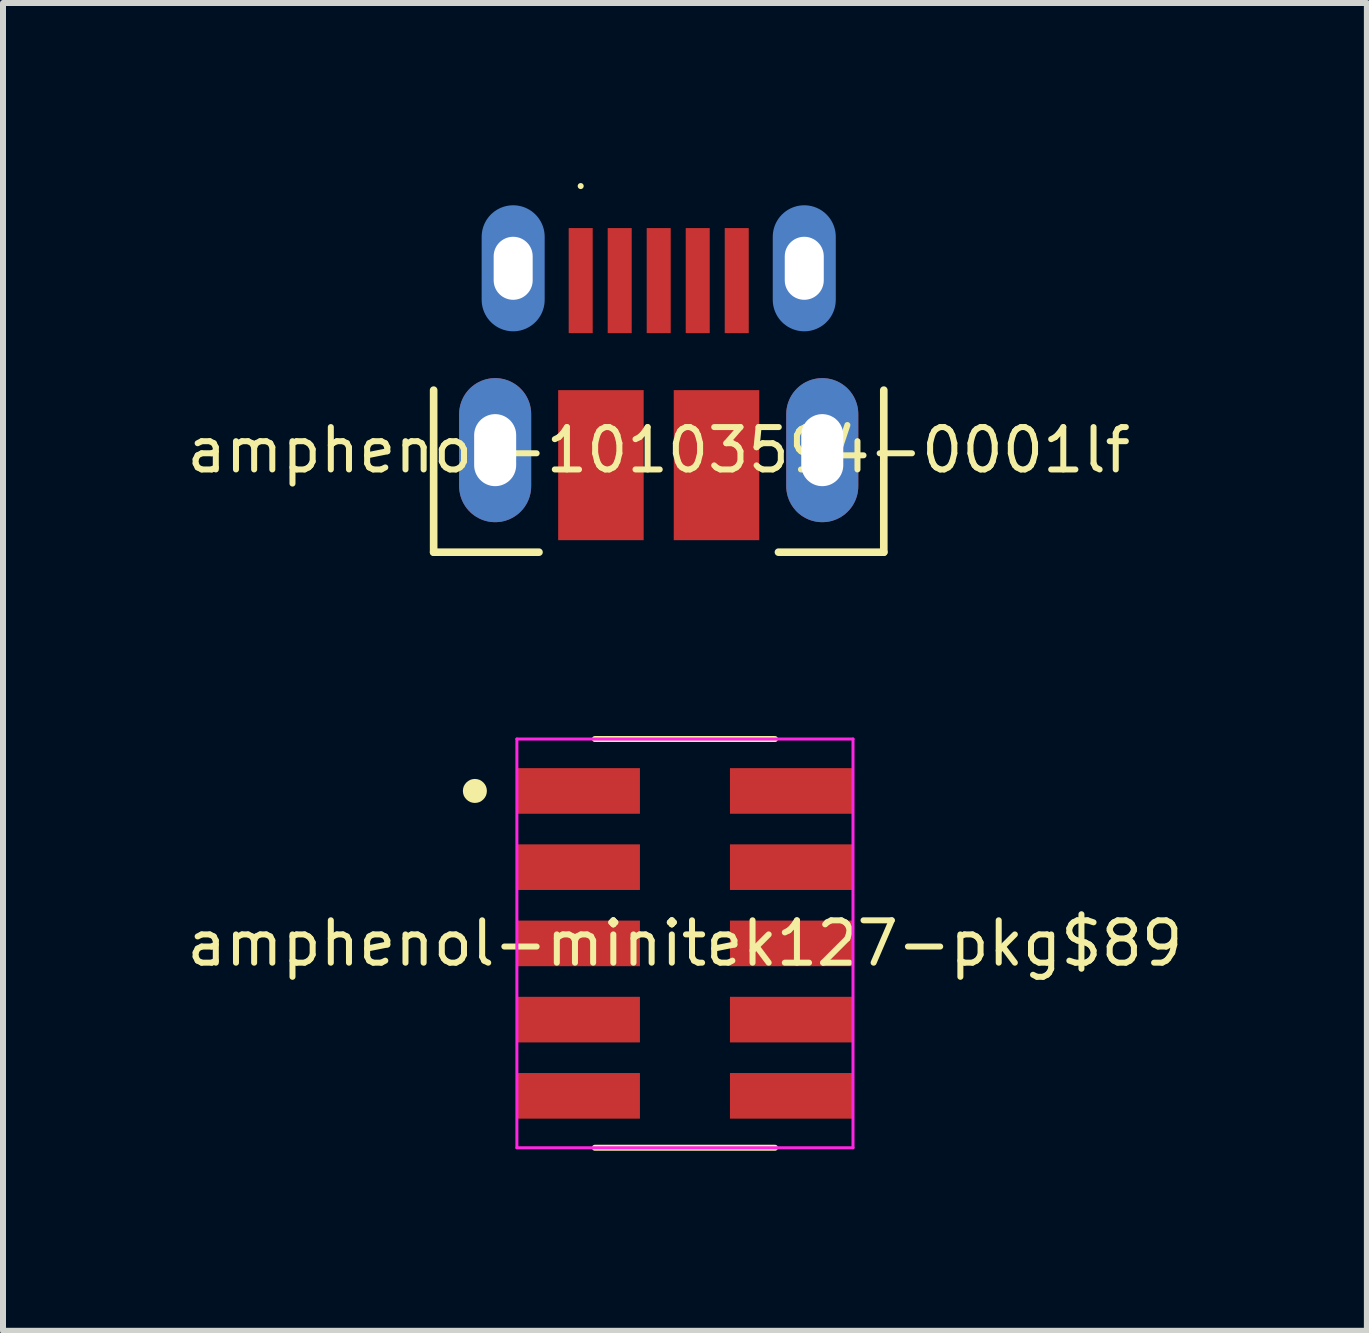
<source format=kicad_pcb>
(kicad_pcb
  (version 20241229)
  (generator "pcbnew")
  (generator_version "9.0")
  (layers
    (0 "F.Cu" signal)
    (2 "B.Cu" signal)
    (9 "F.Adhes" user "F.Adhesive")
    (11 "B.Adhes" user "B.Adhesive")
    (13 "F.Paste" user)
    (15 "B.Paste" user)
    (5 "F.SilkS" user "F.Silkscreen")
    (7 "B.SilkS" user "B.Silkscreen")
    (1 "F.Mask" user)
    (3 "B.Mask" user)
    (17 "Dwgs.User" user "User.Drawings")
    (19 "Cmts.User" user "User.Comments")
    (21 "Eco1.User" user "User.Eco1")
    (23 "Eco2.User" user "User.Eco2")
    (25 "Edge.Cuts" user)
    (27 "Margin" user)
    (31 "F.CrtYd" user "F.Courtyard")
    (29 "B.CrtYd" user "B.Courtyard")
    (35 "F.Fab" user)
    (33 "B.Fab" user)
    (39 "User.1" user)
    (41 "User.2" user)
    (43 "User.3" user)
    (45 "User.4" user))
  (footprint "amphenol-10103594-0001lf"
    (layer "F.Cu")
    (at 7.925 4.45)
    (property "Reference" "amphenol-10103594-0001lf" (at 0 0 0) (layer "F.SilkS") (effects (font (size 0.706 0.706) (thickness 0.1))))
    (attr through_hole)
    (fp_poly (pts (xy -1.675 1.5) (xy -0.25 1.5) (xy -0.25 -1) (xy -1.675 -1)) (stroke (width 0) (type solid)) (fill yes) (layer "F.Mask"))
    (fp_poly (pts (xy -1.5 -1.95) (xy -1.1 -1.95) (xy -1.1 -3.7) (xy -1.5 -3.7)) (stroke (width 0) (type solid)) (fill yes) (layer "F.Mask"))
    (fp_poly (pts (xy -0.85 -1.95) (xy -0.45 -1.95) (xy -0.45 -3.7) (xy -0.85 -3.7)) (stroke (width 0) (type solid)) (fill yes) (layer "F.Mask"))
    (fp_poly (pts (xy -0.2 -1.95) (xy 0.2 -1.95) (xy 0.2 -3.7) (xy -0.2 -3.7)) (stroke (width 0) (type solid)) (fill yes) (layer "F.Mask"))
    (fp_poly (pts (xy 0.25 1.5) (xy 1.675 1.5) (xy 1.675 -1) (xy 0.25 -1)) (stroke (width 0) (type solid)) (fill yes) (layer "F.Mask"))
    (fp_poly (pts (xy 0.45 -1.95) (xy 0.85 -1.95) (xy 0.85 -3.7) (xy 0.45 -3.7)) (stroke (width 0) (type solid)) (fill yes) (layer "F.Mask"))
    (fp_poly (pts (xy 1.1 -1.95) (xy 1.5 -1.95) (xy 1.5 -3.7) (xy 1.1 -3.7)) (stroke (width 0) (type solid)) (fill yes) (layer "F.Mask"))
    (fp_poly (pts (xy -2.125 -0.6) (xy -2.137 -0.717) (xy -2.171 -0.83) (xy -2.226 -0.933) (xy -2.301 -1.024) (xy -2.392 -1.099) (xy -2.495 -1.154) (xy -2.608 -1.188) (xy -2.725 -1.2) (xy -2.842 -1.188) (xy -2.955 -1.154) (xy -3.058 -1.099) (xy -3.149 -1.024) (xy -3.224 -0.933) (xy -3.279 -0.83) (xy -3.313 -0.717) (xy -3.325 -0.6) (xy -3.325 0.6) (xy -3.313 0.717) (xy -3.279 0.83) (xy -3.224 0.933) (xy -3.149 1.024) (xy -3.058 1.099) (xy -2.955 1.154) (xy -2.842 1.188) (xy -2.725 1.2) (xy -2.608 1.188) (xy -2.495 1.154) (xy -2.392 1.099) (xy -2.301 1.024) (xy -2.226 0.933) (xy -2.171 0.83) (xy -2.137 0.717) (xy -2.125 0.6)) (stroke (width 0) (type solid)) (fill yes) (layer "F.Mask"))
    (fp_poly (pts (xy -2.06 -3.395) (xy -2.067 -3.466) (xy -2.088 -3.535) (xy -2.122 -3.598) (xy -2.167 -3.653) (xy -2.222 -3.698) (xy -2.285 -3.732) (xy -2.354 -3.753) (xy -2.425 -3.76) (xy -2.496 -3.753) (xy -2.565 -3.732) (xy -2.628 -3.698) (xy -2.683 -3.653) (xy -2.728 -3.598) (xy -2.762 -3.535) (xy -2.783 -3.466) (xy -2.79 -3.395) (xy -2.79 -2.665) (xy -2.783 -2.594) (xy -2.762 -2.525) (xy -2.728 -2.462) (xy -2.683 -2.407) (xy -2.628 -2.362) (xy -2.565 -2.328) (xy -2.496 -2.307) (xy -2.425 -2.3) (xy -2.354 -2.307) (xy -2.285 -2.328) (xy -2.222 -2.362) (xy -2.167 -2.407) (xy -2.122 -2.462) (xy -2.088 -2.525) (xy -2.067 -2.594) (xy -2.06 -2.665)) (stroke (width 0) (type solid)) (fill yes) (layer "F.Mask"))
    (fp_poly (pts (xy 2.79 -3.395) (xy 2.783 -3.466) (xy 2.762 -3.535) (xy 2.728 -3.598) (xy 2.683 -3.653) (xy 2.628 -3.698) (xy 2.565 -3.732) (xy 2.496 -3.753) (xy 2.425 -3.76) (xy 2.354 -3.753) (xy 2.285 -3.732) (xy 2.222 -3.698) (xy 2.167 -3.653) (xy 2.122 -3.598) (xy 2.088 -3.535) (xy 2.067 -3.466) (xy 2.06 -3.395) (xy 2.06 -2.665) (xy 2.067 -2.594) (xy 2.088 -2.525) (xy 2.122 -2.462) (xy 2.167 -2.407) (xy 2.222 -2.362) (xy 2.285 -2.328) (xy 2.354 -2.307) (xy 2.425 -2.3) (xy 2.496 -2.307) (xy 2.565 -2.328) (xy 2.628 -2.362) (xy 2.683 -2.407) (xy 2.728 -2.462) (xy 2.762 -2.525) (xy 2.783 -2.594) (xy 2.79 -2.665)) (stroke (width 0) (type solid)) (fill yes) (layer "F.Mask"))
    (fp_poly (pts (xy 3.325 -0.6) (xy 3.313 -0.717) (xy 3.279 -0.83) (xy 3.224 -0.933) (xy 3.149 -1.024) (xy 3.058 -1.099) (xy 2.955 -1.154) (xy 2.842 -1.188) (xy 2.725 -1.2) (xy 2.608 -1.188) (xy 2.495 -1.154) (xy 2.392 -1.099) (xy 2.301 -1.024) (xy 2.226 -0.933) (xy 2.171 -0.83) (xy 2.137 -0.717) (xy 2.125 -0.6) (xy 2.125 0.6) (xy 2.137 0.717) (xy 2.171 0.83) (xy 2.226 0.933) (xy 2.301 1.024) (xy 2.392 1.099) (xy 2.495 1.154) (xy 2.608 1.188) (xy 2.725 1.2) (xy 2.842 1.188) (xy 2.955 1.154) (xy 3.058 1.099) (xy 3.149 1.024) (xy 3.224 0.933) (xy 3.279 0.83) (xy 3.313 0.717) (xy 3.325 0.6)) (stroke (width 0) (type solid)) (fill yes) (layer "F.Mask"))
    (fp_poly (pts (xy -2.125 -0.6) (xy -2.137 -0.717) (xy -2.171 -0.83) (xy -2.226 -0.933) (xy -2.301 -1.024) (xy -2.392 -1.099) (xy -2.495 -1.154) (xy -2.608 -1.188) (xy -2.725 -1.2) (xy -2.842 -1.188) (xy -2.955 -1.154) (xy -3.058 -1.099) (xy -3.149 -1.024) (xy -3.224 -0.933) (xy -3.279 -0.83) (xy -3.313 -0.717) (xy -3.325 -0.6) (xy -3.325 0.6) (xy -3.313 0.717) (xy -3.279 0.83) (xy -3.224 0.933) (xy -3.149 1.024) (xy -3.058 1.099) (xy -2.955 1.154) (xy -2.842 1.188) (xy -2.725 1.2) (xy -2.608 1.188) (xy -2.495 1.154) (xy -2.392 1.099) (xy -2.301 1.024) (xy -2.226 0.933) (xy -2.171 0.83) (xy -2.137 0.717) (xy -2.125 0.6)) (stroke (width 0) (type solid)) (fill yes) (layer "B.Mask"))
    (fp_poly (pts (xy -2.06 -3.395) (xy -2.067 -3.466) (xy -2.088 -3.535) (xy -2.122 -3.598) (xy -2.167 -3.653) (xy -2.222 -3.698) (xy -2.285 -3.732) (xy -2.354 -3.753) (xy -2.425 -3.76) (xy -2.496 -3.753) (xy -2.565 -3.732) (xy -2.628 -3.698) (xy -2.683 -3.653) (xy -2.728 -3.598) (xy -2.762 -3.535) (xy -2.783 -3.466) (xy -2.79 -3.395) (xy -2.79 -2.665) (xy -2.783 -2.594) (xy -2.762 -2.525) (xy -2.728 -2.462) (xy -2.683 -2.407) (xy -2.628 -2.362) (xy -2.565 -2.328) (xy -2.496 -2.307) (xy -2.425 -2.3) (xy -2.354 -2.307) (xy -2.285 -2.328) (xy -2.222 -2.362) (xy -2.167 -2.407) (xy -2.122 -2.462) (xy -2.088 -2.525) (xy -2.067 -2.594) (xy -2.06 -2.665)) (stroke (width 0) (type solid)) (fill yes) (layer "B.Mask"))
    (fp_poly (pts (xy -1.9 -3.555) (xy -1.91 -3.657) (xy -1.94 -3.756) (xy -1.988 -3.847) (xy -2.054 -3.926) (xy -2.133 -3.992) (xy -2.224 -4.04) (xy -2.323 -4.07) (xy -2.425 -4.08) (xy -2.527 -4.07) (xy -2.626 -4.04) (xy -2.717 -3.992) (xy -2.796 -3.926) (xy -2.862 -3.847) (xy -2.91 -3.756) (xy -2.94 -3.657) (xy -2.95 -3.555) (xy -2.95 -2.505) (xy -2.94 -2.403) (xy -2.91 -2.304) (xy -2.862 -2.213) (xy -2.796 -2.134) (xy -2.717 -2.068) (xy -2.626 -2.02) (xy -2.527 -1.99) (xy -2.425 -1.98) (xy -2.323 -1.99) (xy -2.224 -2.02) (xy -2.133 -2.068) (xy -2.054 -2.134) (xy -1.988 -2.213) (xy -1.94 -2.304) (xy -1.91 -2.403) (xy -1.9 -2.505)) (stroke (width 0) (type solid)) (fill yes) (layer "B.Mask"))
    (fp_poly (pts (xy 2.79 -3.395) (xy 2.783 -3.466) (xy 2.762 -3.535) (xy 2.728 -3.598) (xy 2.683 -3.653) (xy 2.628 -3.698) (xy 2.565 -3.732) (xy 2.496 -3.753) (xy 2.425 -3.76) (xy 2.354 -3.753) (xy 2.285 -3.732) (xy 2.222 -3.698) (xy 2.167 -3.653) (xy 2.122 -3.598) (xy 2.088 -3.535) (xy 2.067 -3.466) (xy 2.06 -3.395) (xy 2.06 -2.665) (xy 2.067 -2.594) (xy 2.088 -2.525) (xy 2.122 -2.462) (xy 2.167 -2.407) (xy 2.222 -2.362) (xy 2.285 -2.328) (xy 2.354 -2.307) (xy 2.425 -2.3) (xy 2.496 -2.307) (xy 2.565 -2.328) (xy 2.628 -2.362) (xy 2.683 -2.407) (xy 2.728 -2.462) (xy 2.762 -2.525) (xy 2.783 -2.594) (xy 2.79 -2.665)) (stroke (width 0) (type solid)) (fill yes) (layer "B.Mask"))
    (fp_poly (pts (xy 2.95 -3.555) (xy 2.94 -3.657) (xy 2.91 -3.756) (xy 2.862 -3.847) (xy 2.796 -3.926) (xy 2.717 -3.992) (xy 2.626 -4.04) (xy 2.527 -4.07) (xy 2.425 -4.08) (xy 2.323 -4.07) (xy 2.224 -4.04) (xy 2.133 -3.992) (xy 2.054 -3.926) (xy 1.988 -3.847) (xy 1.94 -3.756) (xy 1.91 -3.657) (xy 1.9 -3.555) (xy 1.9 -2.505) (xy 1.91 -2.403) (xy 1.94 -2.304) (xy 1.988 -2.213) (xy 2.054 -2.134) (xy 2.133 -2.068) (xy 2.224 -2.02) (xy 2.323 -1.99) (xy 2.425 -1.98) (xy 2.527 -1.99) (xy 2.626 -2.02) (xy 2.717 -2.068) (xy 2.796 -2.134) (xy 2.862 -2.213) (xy 2.91 -2.304) (xy 2.94 -2.403) (xy 2.95 -2.505)) (stroke (width 0) (type solid)) (fill yes) (layer "B.Mask"))
    (fp_poly (pts (xy 3.325 -0.6) (xy 3.313 -0.717) (xy 3.279 -0.83) (xy 3.224 -0.933) (xy 3.149 -1.024) (xy 3.058 -1.099) (xy 2.955 -1.154) (xy 2.842 -1.188) (xy 2.725 -1.2) (xy 2.608 -1.188) (xy 2.495 -1.154) (xy 2.392 -1.099) (xy 2.301 -1.024) (xy 2.226 -0.933) (xy 2.171 -0.83) (xy 2.137 -0.717) (xy 2.125 -0.6) (xy 2.125 0.6) (xy 2.137 0.717) (xy 2.171 0.83) (xy 2.226 0.933) (xy 2.301 1.024) (xy 2.392 1.099) (xy 2.495 1.154) (xy 2.608 1.188) (xy 2.725 1.2) (xy 2.842 1.188) (xy 2.955 1.154) (xy 3.058 1.099) (xy 3.149 1.024) (xy 3.224 0.933) (xy 3.279 0.83) (xy 3.313 0.717) (xy 3.325 0.6)) (stroke (width 0) (type solid)) (fill yes) (layer "B.Mask"))
    (fp_line (start -3.75 -1) (end -3.75 1.7) (stroke (width 0.127) (type solid)) (layer "F.SilkS"))
    (fp_line (start -3.75 1.7) (end -1.995 1.7) (stroke (width 0.127) (type solid)) (layer "F.SilkS"))
    (fp_line (start 3.75 -1) (end 3.75 1.7) (stroke (width 0.127) (type solid)) (layer "F.SilkS"))
    (fp_line (start 3.75 1.7) (end 1.995 1.7) (stroke (width 0.127) (type solid)) (layer "F.SilkS"))
    (fp_poly (pts (xy -1.25 -4.4) (xy -1.251 -4.41) (xy -1.254 -4.419) (xy -1.258 -4.428) (xy -1.265 -4.435) (xy -1.272 -4.442) (xy -1.281 -4.446) (xy -1.29 -4.449) (xy -1.3 -4.45) (xy -1.31 -4.449) (xy -1.319 -4.446) (xy -1.328 -4.442) (xy -1.335 -4.435) (xy -1.342 -4.428) (xy -1.346 -4.419) (xy -1.349 -4.41) (xy -1.35 -4.4) (xy -1.349 -4.39) (xy -1.346 -4.381) (xy -1.342 -4.372) (xy -1.335 -4.365) (xy -1.328 -4.358) (xy -1.319 -4.354) (xy -1.31 -4.351) (xy -1.3 -4.35) (xy -1.29 -4.351) (xy -1.281 -4.354) (xy -1.272 -4.358) (xy -1.265 -4.365) (xy -1.258 -4.372) (xy -1.254 -4.381) (xy -1.251 -4.39)) (stroke (width 0) (type solid)) (fill yes) (layer "F.SilkS"))
    (fp_poly (pts (xy -1.675 1.5) (xy -0.25 1.5) (xy -0.25 -1) (xy -1.675 -1)) (stroke (width 0) (type solid)) (fill yes) (layer "F.Paste"))
    (fp_poly (pts (xy -1.5 -1.95) (xy -1.1 -1.95) (xy -1.1 -3.7) (xy -1.5 -3.7)) (stroke (width 0) (type solid)) (fill yes) (layer "F.Paste"))
    (fp_poly (pts (xy -0.85 -1.95) (xy -0.45 -1.95) (xy -0.45 -3.7) (xy -0.85 -3.7)) (stroke (width 0) (type solid)) (fill yes) (layer "F.Paste"))
    (fp_poly (pts (xy -0.2 -1.95) (xy 0.2 -1.95) (xy 0.2 -3.7) (xy -0.2 -3.7)) (stroke (width 0) (type solid)) (fill yes) (layer "F.Paste"))
    (fp_poly (pts (xy 0.25 1.5) (xy 1.675 1.5) (xy 1.675 -1) (xy 0.25 -1)) (stroke (width 0) (type solid)) (fill yes) (layer "F.Paste"))
    (fp_poly (pts (xy 0.45 -1.95) (xy 0.85 -1.95) (xy 0.85 -3.7) (xy 0.45 -3.7)) (stroke (width 0) (type solid)) (fill yes) (layer "F.Paste"))
    (fp_poly (pts (xy 1.1 -1.95) (xy 1.5 -1.95) (xy 1.5 -3.7) (xy 1.1 -3.7)) (stroke (width 0) (type solid)) (fill yes) (layer "F.Paste"))
    (fp_poly (pts (xy -1.9 -3.555) (xy -1.91 -3.657) (xy -1.94 -3.756) (xy -1.988 -3.847) (xy -2.054 -3.926) (xy -2.133 -3.992) (xy -2.224 -4.04) (xy -2.323 -4.07) (xy -2.425 -4.08) (xy -2.527 -4.07) (xy -2.626 -4.04) (xy -2.717 -3.992) (xy -2.796 -3.926) (xy -2.862 -3.847) (xy -2.91 -3.756) (xy -2.94 -3.657) (xy -2.95 -3.555) (xy -2.95 -2.505) (xy -2.94 -2.403) (xy -2.91 -2.304) (xy -2.862 -2.213) (xy -2.796 -2.134) (xy -2.717 -2.068) (xy -2.626 -2.02) (xy -2.527 -1.99) (xy -2.425 -1.98) (xy -2.323 -1.99) (xy -2.224 -2.02) (xy -2.133 -2.068) (xy -2.054 -2.134) (xy -1.988 -2.213) (xy -1.94 -2.304) (xy -1.91 -2.403) (xy -1.9 -2.505)) (stroke (width 0) (type solid)) (fill yes) (layer "B.Paste"))
    (fp_poly (pts (xy 2.95 -3.555) (xy 2.94 -3.657) (xy 2.91 -3.756) (xy 2.862 -3.847) (xy 2.796 -3.926) (xy 2.717 -3.992) (xy 2.626 -4.04) (xy 2.527 -4.07) (xy 2.425 -4.08) (xy 2.323 -4.07) (xy 2.224 -4.04) (xy 2.133 -3.992) (xy 2.054 -3.926) (xy 1.988 -3.847) (xy 1.94 -3.756) (xy 1.91 -3.657) (xy 1.9 -3.555) (xy 1.9 -2.505) (xy 1.91 -2.403) (xy 1.94 -2.304) (xy 1.988 -2.213) (xy 2.054 -2.134) (xy 2.133 -2.068) (xy 2.224 -2.02) (xy 2.323 -1.99) (xy 2.425 -1.98) (xy 2.527 -1.99) (xy 2.626 -2.02) (xy 2.717 -2.068) (xy 2.796 -2.134) (xy 2.862 -2.213) (xy 2.91 -2.304) (xy 2.94 -2.403) (xy 2.95 -2.505)) (stroke (width 0) (type solid)) (fill yes) (layer "B.Paste"))
    (pad "1" smd rect (at -1.3 -2.825) (size 0.4 1.75) (layers "F.Cu"))
    (pad "2" smd rect (at -0.65 -2.825) (size 0.4 1.75) (layers "F.Cu"))
    (pad "3" smd rect (at 0 -2.825) (size 0.4 1.75) (layers "F.Cu"))
    (pad "4" smd rect (at 0.65 -2.825) (size 0.4 1.75) (layers "F.Cu"))
    (pad "5" smd rect (at 1.3 -2.825) (size 0.4 1.75) (layers "F.Cu"))
    (pad "6" thru_hole oval (at -2.425 -3.03 90) (size 1.46 0.73) (drill oval 1.05 0.65) (layers "*.Cu"))
    (pad "7" thru_hole oval (at 2.425 -3.03 90) (size 1.46 0.73) (drill oval 1.05 0.65) (layers "*.Cu"))
    (pad "8" thru_hole oval (at -2.725 0 90) (size 2.4 1.2) (drill oval 1.2 0.7) (layers "*.Cu"))
    (pad "9" thru_hole oval (at 2.725 0 90) (size 2.4 1.2) (drill oval 1.2 0.7) (layers "*.Cu"))
    (pad "10" smd oval (at -2.425 -3.03 90) (size 2.1 1.05) (layers "B.Cu"))
    (pad "11" smd oval (at 2.425 -3.03 90) (size 2.1 1.05) (layers "B.Cu"))
    (pad "13" smd rect (at -0.963 0.25) (size 1.425 2.5) (layers "F.Cu"))
    (pad "14" smd rect (at 0.963 0.25) (size 1.425 2.5) (layers "F.Cu")))
  (footprint "amphenol-minitek127-pkg$89"
    (layer "F.Cu")
    (at 8.362 12.668)
    (property "Reference" "amphenol-minitek127-pkg$89" (at 0 0 0) (layer "F.SilkS") (effects (font (size 0.706 0.706) (thickness 0.1))))
    (attr through_hole)
    (fp_poly (pts (xy -2.8 -2.16) (xy -0.75 -2.16) (xy -0.75 -2.92) (xy -2.8 -2.92)) (stroke (width 0) (type solid)) (fill yes) (layer "F.Mask"))
    (fp_poly (pts (xy -2.8 -0.89) (xy -0.75 -0.89) (xy -0.75 -1.65) (xy -2.8 -1.65)) (stroke (width 0) (type solid)) (fill yes) (layer "F.Mask"))
    (fp_poly (pts (xy -2.8 0.38) (xy -0.75 0.38) (xy -0.75 -0.38) (xy -2.8 -0.38)) (stroke (width 0) (type solid)) (fill yes) (layer "F.Mask"))
    (fp_poly (pts (xy -2.8 1.65) (xy -0.75 1.65) (xy -0.75 0.89) (xy -2.8 0.89)) (stroke (width 0) (type solid)) (fill yes) (layer "F.Mask"))
    (fp_poly (pts (xy -2.8 2.92) (xy -0.75 2.92) (xy -0.75 2.16) (xy -2.8 2.16)) (stroke (width 0) (type solid)) (fill yes) (layer "F.Mask"))
    (fp_poly (pts (xy 0.75 -2.16) (xy 2.8 -2.16) (xy 2.8 -2.92) (xy 0.75 -2.92)) (stroke (width 0) (type solid)) (fill yes) (layer "F.Mask"))
    (fp_poly (pts (xy 0.75 -0.89) (xy 2.8 -0.89) (xy 2.8 -1.65) (xy 0.75 -1.65)) (stroke (width 0) (type solid)) (fill yes) (layer "F.Mask"))
    (fp_poly (pts (xy 0.75 0.38) (xy 2.8 0.38) (xy 2.8 -0.38) (xy 0.75 -0.38)) (stroke (width 0) (type solid)) (fill yes) (layer "F.Mask"))
    (fp_poly (pts (xy 0.75 1.65) (xy 2.8 1.65) (xy 2.8 0.89) (xy 0.75 0.89)) (stroke (width 0) (type solid)) (fill yes) (layer "F.Mask"))
    (fp_poly (pts (xy 0.75 2.92) (xy 2.8 2.92) (xy 2.8 2.16) (xy 0.75 2.16)) (stroke (width 0) (type solid)) (fill yes) (layer "F.Mask"))
    (fp_line (start -1.5 -3.405) (end 1.5 -3.405) (stroke (width 0.1) (type solid)) (layer "F.SilkS"))
    (fp_line (start -1.5 3.405) (end 1.5 3.405) (stroke (width 0.1) (type solid)) (layer "F.SilkS"))
    (fp_poly (pts (xy -3.3 -2.54) (xy -3.304 -2.579) (xy -3.315 -2.617) (xy -3.334 -2.651) (xy -3.359 -2.681) (xy -3.389 -2.706) (xy -3.423 -2.725) (xy -3.461 -2.736) (xy -3.5 -2.74) (xy -3.539 -2.736) (xy -3.577 -2.725) (xy -3.611 -2.706) (xy -3.641 -2.681) (xy -3.666 -2.651) (xy -3.685 -2.617) (xy -3.696 -2.579) (xy -3.7 -2.54) (xy -3.696 -2.501) (xy -3.685 -2.463) (xy -3.666 -2.429) (xy -3.641 -2.399) (xy -3.611 -2.374) (xy -3.577 -2.355) (xy -3.539 -2.344) (xy -3.5 -2.34) (xy -3.461 -2.344) (xy -3.423 -2.355) (xy -3.389 -2.374) (xy -3.359 -2.399) (xy -3.334 -2.429) (xy -3.315 -2.463) (xy -3.304 -2.501)) (stroke (width 0) (type solid)) (fill yes) (layer "F.SilkS"))
    (fp_poly (pts (xy -2.8 -2.16) (xy -0.75 -2.16) (xy -0.75 -2.92) (xy -2.8 -2.92)) (stroke (width 0) (type solid)) (fill yes) (layer "F.Paste"))
    (fp_poly (pts (xy -2.8 -0.89) (xy -0.75 -0.89) (xy -0.75 -1.65) (xy -2.8 -1.65)) (stroke (width 0) (type solid)) (fill yes) (layer "F.Paste"))
    (fp_poly (pts (xy -2.8 0.38) (xy -0.75 0.38) (xy -0.75 -0.38) (xy -2.8 -0.38)) (stroke (width 0) (type solid)) (fill yes) (layer "F.Paste"))
    (fp_poly (pts (xy -2.8 1.65) (xy -0.75 1.65) (xy -0.75 0.89) (xy -2.8 0.89)) (stroke (width 0) (type solid)) (fill yes) (layer "F.Paste"))
    (fp_poly (pts (xy -2.8 2.92) (xy -0.75 2.92) (xy -0.75 2.16) (xy -2.8 2.16)) (stroke (width 0) (type solid)) (fill yes) (layer "F.Paste"))
    (fp_poly (pts (xy 0.75 -2.16) (xy 2.8 -2.16) (xy 2.8 -2.92) (xy 0.75 -2.92)) (stroke (width 0) (type solid)) (fill yes) (layer "F.Paste"))
    (fp_poly (pts (xy 0.75 -0.89) (xy 2.8 -0.89) (xy 2.8 -1.65) (xy 0.75 -1.65)) (stroke (width 0) (type solid)) (fill yes) (layer "F.Paste"))
    (fp_poly (pts (xy 0.75 0.38) (xy 2.8 0.38) (xy 2.8 -0.38) (xy 0.75 -0.38)) (stroke (width 0) (type solid)) (fill yes) (layer "F.Paste"))
    (fp_poly (pts (xy 0.75 1.65) (xy 2.8 1.65) (xy 2.8 0.89) (xy 0.75 0.89)) (stroke (width 0) (type solid)) (fill yes) (layer "F.Paste"))
    (fp_poly (pts (xy 0.75 2.92) (xy 2.8 2.92) (xy 2.8 2.16) (xy 0.75 2.16)) (stroke (width 0) (type solid)) (fill yes) (layer "F.Paste"))
    (fp_line (start -2.8 -3.405) (end -2.8 3.405) (stroke (width 0.05) (type solid)) (layer "F.CrtYd"))
    (fp_line (start -2.8 3.405) (end 2.8 3.405) (stroke (width 0.05) (type solid)) (layer "F.CrtYd"))
    (fp_line (start 2.8 -3.405) (end -2.8 -3.405) (stroke (width 0.05) (type solid)) (layer "F.CrtYd"))
    (fp_line (start 2.8 3.405) (end 2.8 -3.405) (stroke (width 0.05) (type solid)) (layer "F.CrtYd"))
    (pad "1" smd rect (at -1.775 -2.54) (size 2.05 0.76) (layers "F.Cu"))
    (pad "2" smd rect (at 1.775 -2.54) (size 2.05 0.76) (layers "F.Cu"))
    (pad "3" smd rect (at -1.775 -1.27) (size 2.05 0.76) (layers "F.Cu"))
    (pad "4" smd rect (at 1.775 -1.27) (size 2.05 0.76) (layers "F.Cu"))
    (pad "5" smd rect (at -1.775 0) (size 2.05 0.76) (layers "F.Cu"))
    (pad "6" smd rect (at 1.775 0) (size 2.05 0.76) (layers "F.Cu"))
    (pad "7" smd rect (at -1.775 1.27) (size 2.05 0.76) (layers "F.Cu"))
    (pad "8" smd rect (at 1.775 1.27) (size 2.05 0.76) (layers "F.Cu"))
    (pad "9" smd rect (at -1.775 2.54) (size 2.05 0.76) (layers "F.Cu"))
    (pad "10" smd rect (at 1.775 2.54) (size 2.05 0.76) (layers "F.Cu")))
  (gr_rect
    (start -3 -3)
    (end 19.724 19.123)
    (stroke (width 0.1) (type default))
    (fill no)
    (layer "Edge.Cuts")))
</source>
